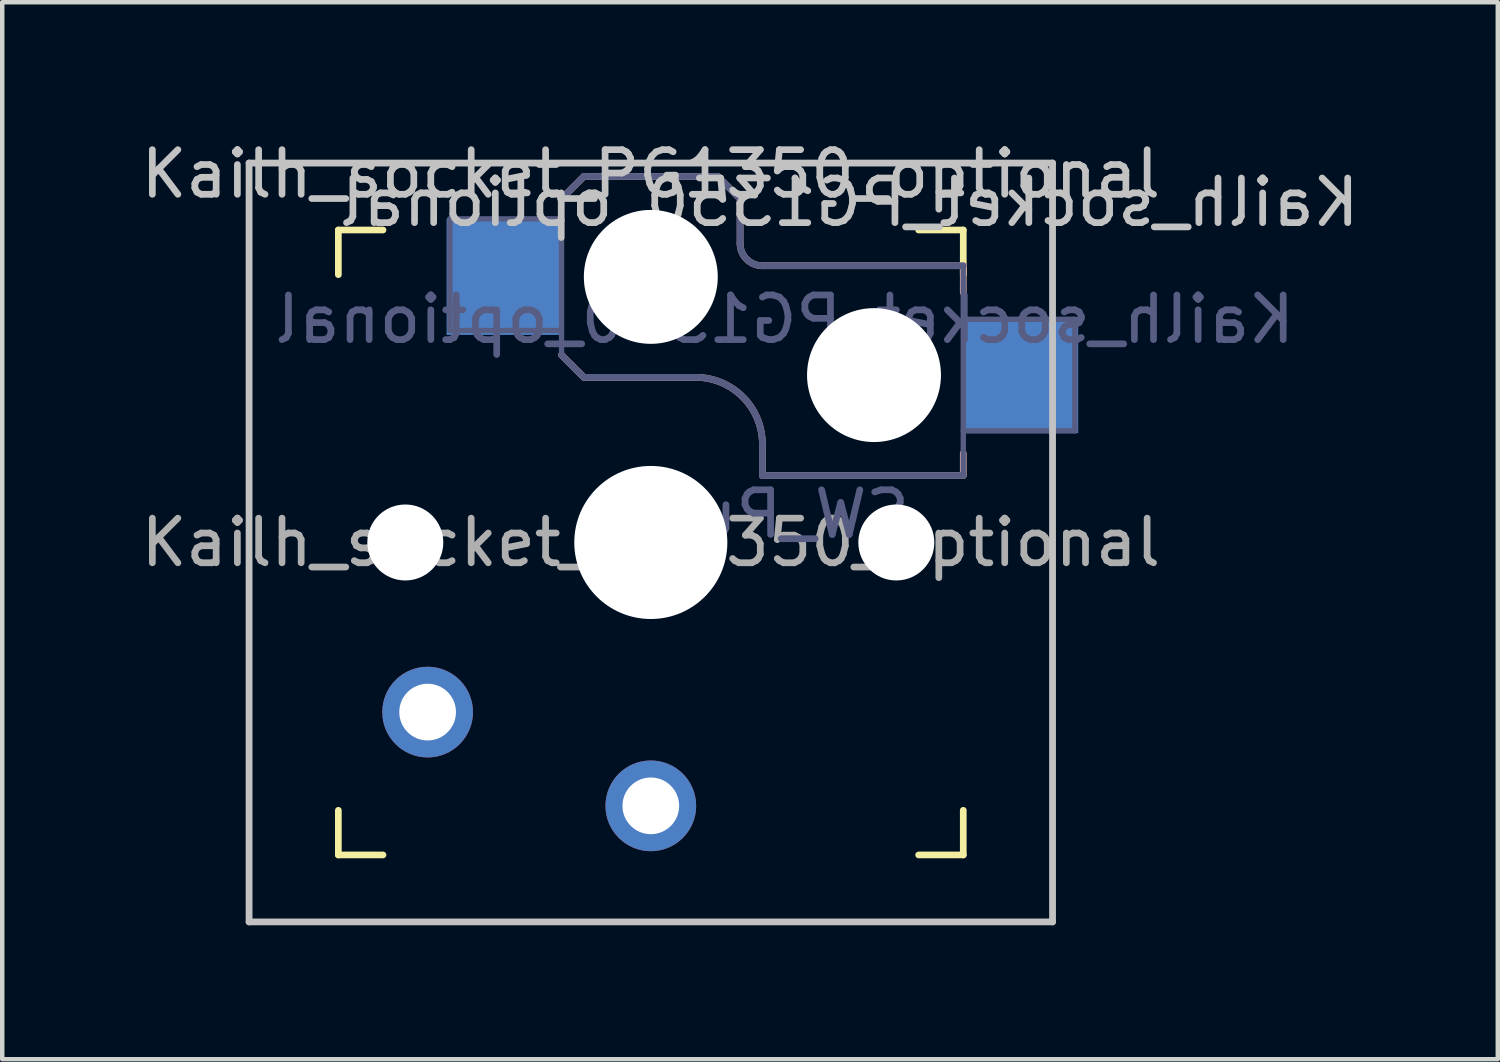
<source format=kicad_pcb>
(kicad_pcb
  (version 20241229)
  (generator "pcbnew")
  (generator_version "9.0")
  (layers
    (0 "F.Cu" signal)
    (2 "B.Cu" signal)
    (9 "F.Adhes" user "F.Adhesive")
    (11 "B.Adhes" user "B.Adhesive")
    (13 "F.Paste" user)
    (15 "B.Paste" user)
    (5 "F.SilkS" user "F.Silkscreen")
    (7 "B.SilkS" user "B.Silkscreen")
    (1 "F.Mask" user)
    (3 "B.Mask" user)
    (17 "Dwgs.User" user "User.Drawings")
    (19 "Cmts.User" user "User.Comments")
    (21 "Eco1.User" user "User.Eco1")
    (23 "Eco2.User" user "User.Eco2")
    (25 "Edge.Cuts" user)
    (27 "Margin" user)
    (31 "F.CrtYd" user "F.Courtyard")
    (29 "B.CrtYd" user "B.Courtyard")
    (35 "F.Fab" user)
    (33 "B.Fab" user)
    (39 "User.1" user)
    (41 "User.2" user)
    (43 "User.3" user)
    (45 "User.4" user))
  (footprint "Kailh_socket_PG1350_optional"
    (layer "F.Cu")
    (at 11.53 9.103)
    (property "Reference" "Kailh_socket_PG1350_optional" (at 0 -8.255 0) (layer "Dwgs.User") (effects (font (size 1 1) (thickness 0.15))))
    (property "Value" "SW_Push" (at 0 8.25 0) (layer "F.Fab") (hide yes) (effects (font (size 1 1) (thickness 0.15))))
    (attr through_hole)
    (fp_line (start -7 -6) (end -7 -7) (stroke (width 0.15) (type solid)) (layer "F.SilkS"))
    (fp_line (start -7 7) (end -7 6) (stroke (width 0.15) (type solid)) (layer "F.SilkS"))
    (fp_line (start -7 7) (end -6 7) (stroke (width 0.15) (type solid)) (layer "F.SilkS"))
    (fp_line (start -6 -7) (end -7 -7) (stroke (width 0.15) (type solid)) (layer "F.SilkS"))
    (fp_line (start 6 7) (end 7 7) (stroke (width 0.15) (type solid)) (layer "F.SilkS"))
    (fp_line (start 7 -7) (end 6 -7) (stroke (width 0.15) (type solid)) (layer "F.SilkS"))
    (fp_line (start 7 -7) (end 7 -6) (stroke (width 0.15) (type solid)) (layer "F.SilkS"))
    (fp_line (start 7 6) (end 7 7) (stroke (width 0.15) (type solid)) (layer "F.SilkS"))
    (fp_line (start -2 -7.7) (end -1.5 -8.2) (stroke (width 0.15) (type solid)) (layer "B.SilkS"))
    (fp_line (start -2 -4.2) (end -1.5 -3.7) (stroke (width 0.15) (type solid)) (layer "B.SilkS"))
    (fp_line (start -1.5 -8.2) (end 1.5 -8.2) (stroke (width 0.15) (type solid)) (layer "B.SilkS"))
    (fp_line (start -1.5 -3.7) (end 1 -3.7) (stroke (width 0.15) (type solid)) (layer "B.SilkS"))
    (fp_line (start 1.5 -8.2) (end 2 -7.7) (stroke (width 0.15) (type solid)) (layer "B.SilkS"))
    (fp_line (start 2 -6.7) (end 2 -7.7) (stroke (width 0.15) (type solid)) (layer "B.SilkS"))
    (fp_line (start 2.5 -2.2) (end 2.5 -1.5) (stroke (width 0.15) (type solid)) (layer "B.SilkS"))
    (fp_line (start 2.5 -1.5) (end 7 -1.5) (stroke (width 0.15) (type solid)) (layer "B.SilkS"))
    (fp_line (start 7 -6.2) (end 2.5 -6.2) (stroke (width 0.15) (type solid)) (layer "B.SilkS"))
    (fp_line (start 7 -5.6) (end 7 -6.2) (stroke (width 0.15) (type solid)) (layer "B.SilkS"))
    (fp_line (start 7 -1.5) (end 7 -2) (stroke (width 0.15) (type solid)) (layer "B.SilkS"))
    (fp_arc (start 1 -3.7) (mid 2.06066 -3.26066) (end 2.5 -2.2) (stroke (width 0.15) (type solid)) (layer "B.SilkS"))
    (fp_arc (start 2.5 -6.2) (mid 2.146447 -6.346447) (end 2 -6.7) (stroke (width 0.15) (type solid)) (layer "B.SilkS"))
    (fp_line (start -9 -8.5) (end 9 -8.5) (stroke (width 0.152) (type solid)) (layer "Dwgs.User"))
    (fp_line (start -9 8.5) (end -9 -8.5) (stroke (width 0.152) (type solid)) (layer "Dwgs.User"))
    (fp_line (start 9 -8.5) (end 9 8.5) (stroke (width 0.152) (type solid)) (layer "Dwgs.User"))
    (fp_line (start 9 8.5) (end -9 8.5) (stroke (width 0.152) (type solid)) (layer "Dwgs.User"))
    (fp_line (start -6.9 6.9) (end -6.9 -6.9) (stroke (width 0.15) (type solid)) (layer "Eco2.User"))
    (fp_line (start -6.9 6.9) (end 6.9 6.9) (stroke (width 0.15) (type solid)) (layer "Eco2.User"))
    (fp_line (start -2.6 -3.1) (end -2.6 -6.3) (stroke (width 0.15) (type solid)) (layer "Eco2.User"))
    (fp_line (start -2.6 -3.1) (end 2.6 -3.1) (stroke (width 0.15) (type solid)) (layer "Eco2.User"))
    (fp_line (start 2.6 -6.3) (end -2.6 -6.3) (stroke (width 0.15) (type solid)) (layer "Eco2.User"))
    (fp_line (start 2.6 -3.1) (end 2.6 -6.3) (stroke (width 0.15) (type solid)) (layer "Eco2.User"))
    (fp_line (start 6.9 -6.9) (end -6.9 -6.9) (stroke (width 0.15) (type solid)) (layer "Eco2.User"))
    (fp_line (start 6.9 -6.9) (end 6.9 6.9) (stroke (width 0.15) (type solid)) (layer "Eco2.User"))
    (fp_line (start -4.5 -7.25) (end -2 -7.25) (stroke (width 0.12) (type solid)) (layer "B.Fab"))
    (fp_line (start -4.5 -4.75) (end -4.5 -7.25) (stroke (width 0.12) (type solid)) (layer "B.Fab"))
    (fp_line (start -2 -7.7) (end -1.5 -8.2) (stroke (width 0.15) (type solid)) (layer "B.Fab"))
    (fp_line (start -2 -4.75) (end -4.5 -4.75) (stroke (width 0.12) (type solid)) (layer "B.Fab"))
    (fp_line (start -2 -4.25) (end -2 -7.7) (stroke (width 0.12) (type solid)) (layer "B.Fab"))
    (fp_line (start -2 -4.2) (end -1.5 -3.7) (stroke (width 0.15) (type solid)) (layer "B.Fab"))
    (fp_line (start -1.5 -8.2) (end 1.5 -8.2) (stroke (width 0.15) (type solid)) (layer "B.Fab"))
    (fp_line (start -1.5 -3.7) (end 1 -3.7) (stroke (width 0.15) (type solid)) (layer "B.Fab"))
    (fp_line (start 1.5 -8.2) (end 2 -7.7) (stroke (width 0.15) (type solid)) (layer "B.Fab"))
    (fp_line (start 2 -6.7) (end 2 -7.7) (stroke (width 0.15) (type solid)) (layer "B.Fab"))
    (fp_line (start 2.5 -2.2) (end 2.5 -1.5) (stroke (width 0.15) (type solid)) (layer "B.Fab"))
    (fp_line (start 2.5 -1.5) (end 7 -1.5) (stroke (width 0.15) (type solid)) (layer "B.Fab"))
    (fp_line (start 7 -6.2) (end 2.5 -6.2) (stroke (width 0.15) (type solid)) (layer "B.Fab"))
    (fp_line (start 7 -5) (end 9.5 -5) (stroke (width 0.12) (type solid)) (layer "B.Fab"))
    (fp_line (start 7 -1.5) (end 7 -6.2) (stroke (width 0.12) (type solid)) (layer "B.Fab"))
    (fp_line (start 9.5 -5) (end 9.5 -2.5) (stroke (width 0.12) (type solid)) (layer "B.Fab"))
    (fp_line (start 9.5 -2.5) (end 7 -2.5) (stroke (width 0.12) (type solid)) (layer "B.Fab"))
    (fp_arc (start 1 -3.7) (mid 2.06066 -3.26066) (end 2.5 -2.2) (stroke (width 0.15) (type solid)) (layer "B.Fab"))
    (fp_arc (start 2.5 -6.2) (mid 2.146447 -6.346447) (end 2 -6.7) (stroke (width 0.15) (type solid)) (layer "B.Fab"))
    (fp_text user "${REFERENCE}" (at 4.445 -7.62 0) (layer "Dwgs.User") (effects (font (size 1 1) (thickness 0.15)) (justify mirror)))
    (fp_text user "${VALUE}" (at 2.54 -0.635 0) (layer "B.Fab") (effects (font (size 1 1) (thickness 0.15)) (justify mirror)))
    (fp_text user "${REFERENCE}" (at 3 -5 180) (layer "B.Fab") (effects (font (size 1 1) (thickness 0.15)) (justify mirror)))
    (fp_text user "${REFERENCE}" (at 0 0 0) (layer "F.Fab") (effects (font (size 1 1) (thickness 0.15))))
    (pad "" np_thru_hole circle (at -5.5 0) (size 1.702 1.702) (drill 1.702) (layers "*.Cu" "*.Mask"))
    (pad "" np_thru_hole circle (at 0 -5.95) (size 3 3) (drill 3) (layers "*.Cu" "*.Mask"))
    (pad "" np_thru_hole circle (at 0 0) (size 3.429 3.429) (drill 3.429) (layers "*.Cu" "*.Mask"))
    (pad "" np_thru_hole circle (at 5 -3.75) (size 3 3) (drill 3) (layers "*.Cu" "*.Mask"))
    (pad "" np_thru_hole circle (at 5.5 0) (size 1.702 1.702) (drill 1.702) (layers "*.Cu" "*.Mask"))
    (pad "1" smd rect (at -3.275 -5.95) (size 2.6 2.6) (layers "B.Cu" "B.Mask" "B.Paste"))
    (pad "1" thru_hole circle (at 0 5.9) (size 2.032 2.032) (drill 1.27) (layers "*.Cu" "*.Mask"))
    (pad "2" thru_hole circle (at -5 3.8) (size 2.032 2.032) (drill 1.27) (layers "*.Cu" "*.Mask"))
    (pad "2" smd rect (at 8.275 -3.75) (size 2.6 2.6) (layers "B.Cu" "B.Mask" "B.Paste")))
  (gr_rect
    (start -3 -3)
    (end 30.505 20.679)
    (stroke (width 0.1) (type default))
    (fill no)
    (layer "Edge.Cuts")))
</source>
